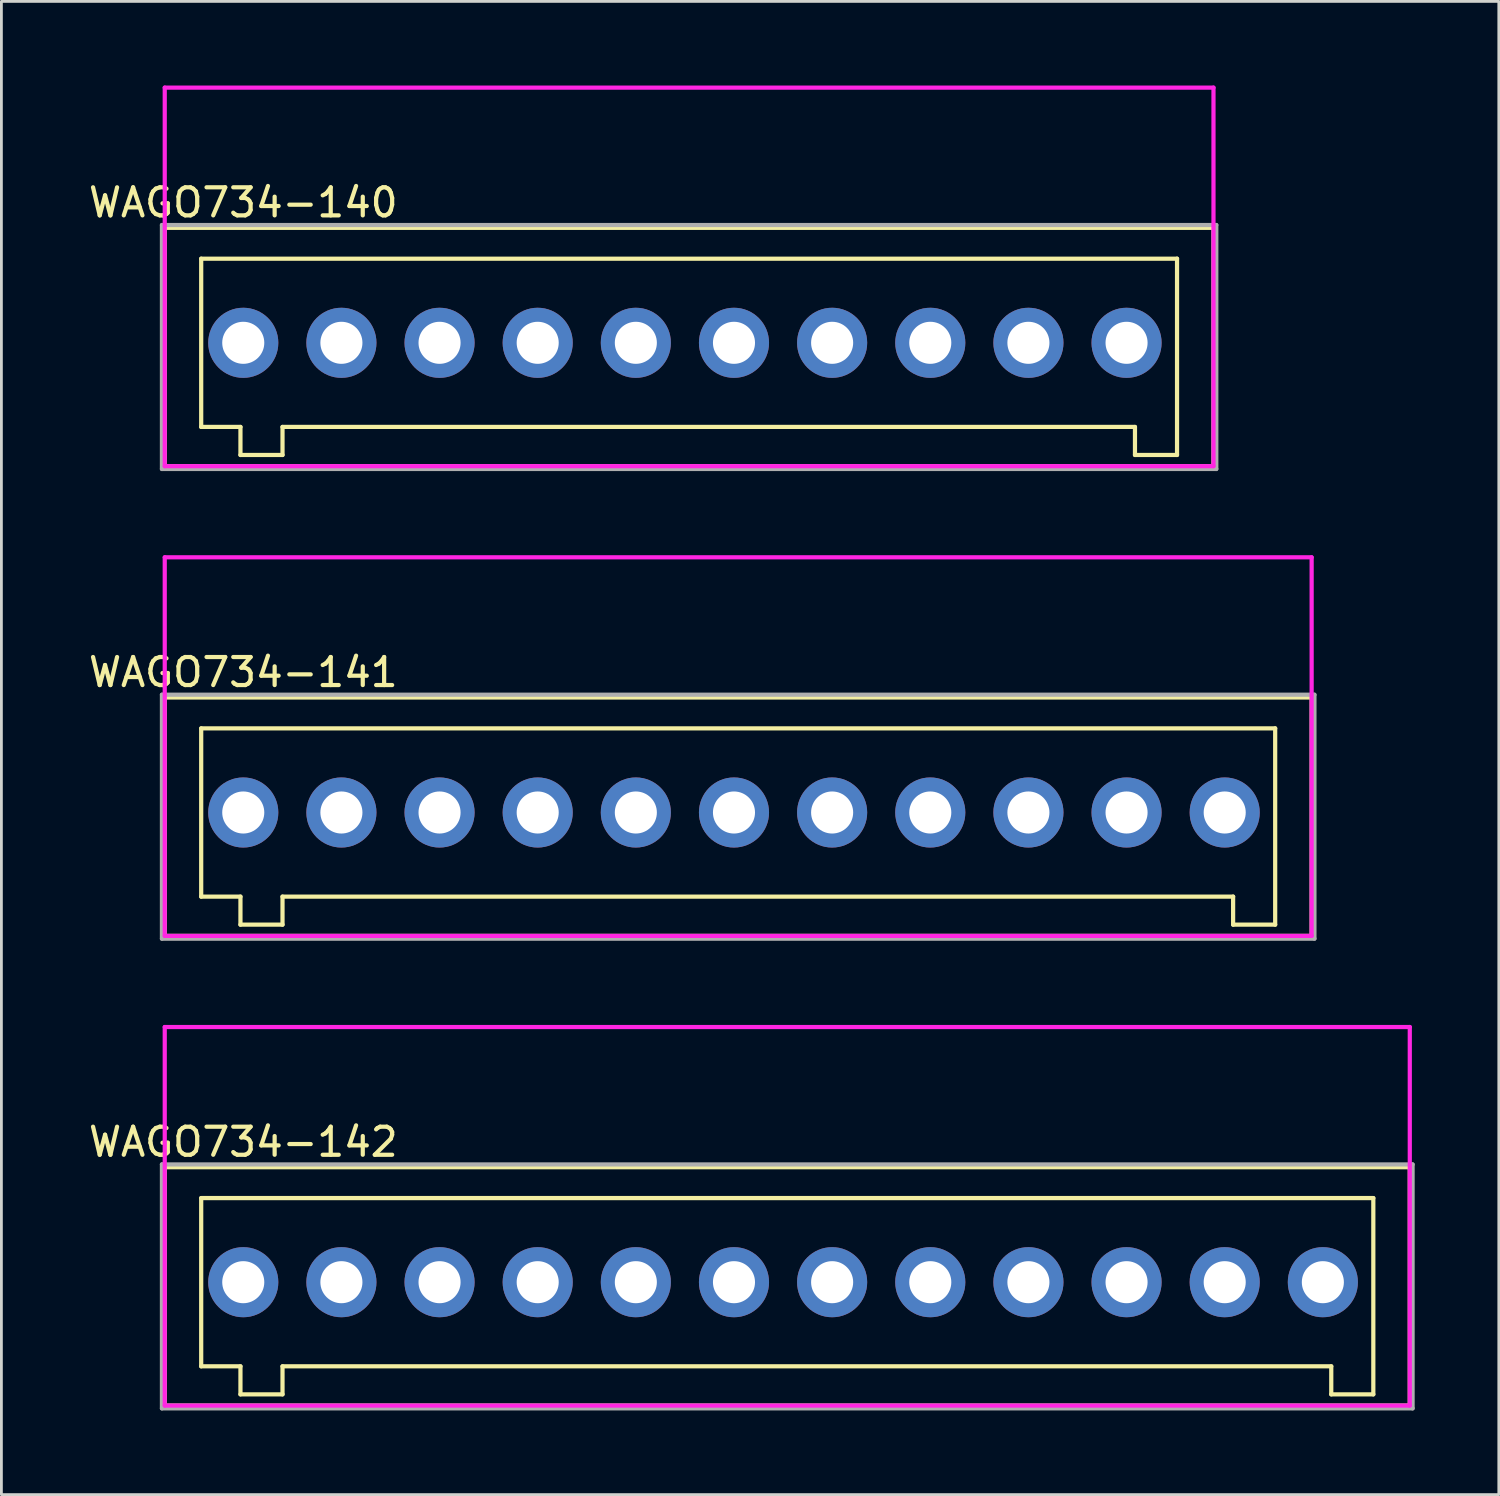
<source format=kicad_pcb>
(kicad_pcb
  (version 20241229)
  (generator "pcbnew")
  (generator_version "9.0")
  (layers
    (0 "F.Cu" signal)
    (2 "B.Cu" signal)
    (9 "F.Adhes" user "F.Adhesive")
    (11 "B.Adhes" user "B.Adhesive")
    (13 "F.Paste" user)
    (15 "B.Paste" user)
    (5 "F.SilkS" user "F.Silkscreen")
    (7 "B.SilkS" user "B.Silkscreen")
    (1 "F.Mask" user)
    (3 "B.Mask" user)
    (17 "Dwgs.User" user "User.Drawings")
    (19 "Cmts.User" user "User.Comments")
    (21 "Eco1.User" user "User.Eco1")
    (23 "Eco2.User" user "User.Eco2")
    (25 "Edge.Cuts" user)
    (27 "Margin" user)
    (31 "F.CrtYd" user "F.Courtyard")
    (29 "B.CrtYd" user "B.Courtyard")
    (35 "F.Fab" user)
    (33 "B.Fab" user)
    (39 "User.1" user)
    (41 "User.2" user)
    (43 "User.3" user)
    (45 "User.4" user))
  (footprint "WAGO734-141"
    (layer "F.Cu")
    (at 5.625 25.925)
    (property "Reference" "WAGO734-141" (at 0 -5 0) (layer "F.SilkS") (effects (font (size 1 1) (thickness 0.15))))
    (attr through_hole)
    (fp_line (start -2.8 4.4) (end -2.8 -4.1) (stroke (width 0.15) (type solid)) (layer "F.SilkS"))
    (fp_line (start -1.5 -3) (end -1.5 3) (stroke (width 0.15) (type solid)) (layer "F.SilkS"))
    (fp_line (start -1.5 3) (end -0.1 3) (stroke (width 0.15) (type solid)) (layer "F.SilkS"))
    (fp_line (start -0.1 3) (end -0.1 4) (stroke (width 0.15) (type solid)) (layer "F.SilkS"))
    (fp_line (start -0.1 4) (end 1.4 4) (stroke (width 0.15) (type solid)) (layer "F.SilkS"))
    (fp_line (start 1.4 3) (end 35.3 3) (stroke (width 0.15) (type solid)) (layer "F.SilkS"))
    (fp_line (start 1.4 4) (end 1.4 3) (stroke (width 0.15) (type solid)) (layer "F.SilkS"))
    (fp_line (start 35.3 3) (end 35.3 4) (stroke (width 0.15) (type solid)) (layer "F.SilkS"))
    (fp_line (start 35.3 4) (end 36.8 4) (stroke (width 0.15) (type solid)) (layer "F.SilkS"))
    (fp_line (start 36.8 -3) (end -1.5 -3) (stroke (width 0.15) (type solid)) (layer "F.SilkS"))
    (fp_line (start 36.8 4) (end 36.8 -3) (stroke (width 0.15) (type solid)) (layer "F.SilkS"))
    (fp_line (start 38.1 -4.1) (end -2.8 -4.1) (stroke (width 0.15) (type solid)) (layer "F.SilkS"))
    (fp_line (start 38.1 4.4) (end -2.8 4.4) (stroke (width 0.15) (type solid)) (layer "F.SilkS"))
    (fp_line (start 38.1 4.4) (end 38.1 -4.1) (stroke (width 0.15) (type solid)) (layer "F.SilkS"))
    (fp_line (start -2.8 -9.1) (end 38.1 -9.1) (stroke (width 0.15) (type solid)) (layer "F.CrtYd"))
    (fp_line (start -2.8 4.4) (end -2.8 -9.1) (stroke (width 0.15) (type solid)) (layer "F.CrtYd"))
    (fp_line (start 38.1 -9.1) (end 38.1 4.4) (stroke (width 0.15) (type solid)) (layer "F.CrtYd"))
    (fp_line (start 38.1 4.4) (end -2.8 4.4) (stroke (width 0.15) (type solid)) (layer "F.CrtYd"))
    (fp_line (start -2.9 -4.2) (end -2.9 4.5) (stroke (width 0.15) (type solid)) (layer "F.Fab"))
    (fp_line (start -2.9 4.5) (end 38.2 4.5) (stroke (width 0.15) (type solid)) (layer "F.Fab"))
    (fp_line (start 38.2 -4.2) (end -2.9 -4.2) (stroke (width 0.15) (type solid)) (layer "F.Fab"))
    (fp_line (start 38.2 4.5) (end 38.2 -4.2) (stroke (width 0.15) (type solid)) (layer "F.Fab"))
    (pad "1" thru_hole circle (at 0 0) (size 2.5 2.5) (drill 1.5) (layers "*.Cu" "*.Mask"))
    (pad "2" thru_hole circle (at 3.5 0) (size 2.5 2.5) (drill 1.5) (layers "*.Cu" "*.Mask"))
    (pad "3" thru_hole circle (at 7 0) (size 2.5 2.5) (drill 1.5) (layers "*.Cu" "*.Mask"))
    (pad "4" thru_hole circle (at 10.5 0) (size 2.5 2.5) (drill 1.5) (layers "*.Cu" "*.Mask"))
    (pad "5" thru_hole circle (at 14 0) (size 2.5 2.5) (drill 1.5) (layers "*.Cu" "*.Mask"))
    (pad "6" thru_hole circle (at 17.5 0) (size 2.5 2.5) (drill 1.5) (layers "*.Cu" "*.Mask"))
    (pad "7" thru_hole circle (at 21 0) (size 2.5 2.5) (drill 1.5) (layers "*.Cu" "*.Mask"))
    (pad "8" thru_hole circle (at 24.5 0) (size 2.5 2.5) (drill 1.5) (layers "*.Cu" "*.Mask"))
    (pad "9" thru_hole circle (at 28 0) (size 2.5 2.5) (drill 1.5) (layers "*.Cu" "*.Mask"))
    (pad "10" thru_hole circle (at 31.5 0) (size 2.5 2.5) (drill 1.5) (layers "*.Cu" "*.Mask"))
    (pad "11" thru_hole circle (at 35 0) (size 2.5 2.5) (drill 1.5) (layers "*.Cu" "*.Mask")))
  (footprint "WAGO734-142"
    (layer "F.Cu")
    (at 5.625 42.675)
    (property "Reference" "WAGO734-142" (at 0 -5 0) (layer "F.SilkS") (effects (font (size 1 1) (thickness 0.15))))
    (attr through_hole)
    (fp_line (start -2.8 4.4) (end -2.8 -4.1) (stroke (width 0.15) (type solid)) (layer "F.SilkS"))
    (fp_line (start -1.5 -3) (end -1.5 3) (stroke (width 0.15) (type solid)) (layer "F.SilkS"))
    (fp_line (start -1.5 3) (end -0.1 3) (stroke (width 0.15) (type solid)) (layer "F.SilkS"))
    (fp_line (start -0.1 3) (end -0.1 4) (stroke (width 0.15) (type solid)) (layer "F.SilkS"))
    (fp_line (start -0.1 4) (end 1.4 4) (stroke (width 0.15) (type solid)) (layer "F.SilkS"))
    (fp_line (start 1.4 3) (end 38.8 3) (stroke (width 0.15) (type solid)) (layer "F.SilkS"))
    (fp_line (start 1.4 4) (end 1.4 3) (stroke (width 0.15) (type solid)) (layer "F.SilkS"))
    (fp_line (start 38.8 3) (end 38.8 4) (stroke (width 0.15) (type solid)) (layer "F.SilkS"))
    (fp_line (start 38.8 4) (end 40.3 4) (stroke (width 0.15) (type solid)) (layer "F.SilkS"))
    (fp_line (start 40.3 -3) (end -1.5 -3) (stroke (width 0.15) (type solid)) (layer "F.SilkS"))
    (fp_line (start 40.3 4) (end 40.3 -3) (stroke (width 0.15) (type solid)) (layer "F.SilkS"))
    (fp_line (start 41.6 -4.1) (end -2.8 -4.1) (stroke (width 0.15) (type solid)) (layer "F.SilkS"))
    (fp_line (start 41.6 4.4) (end -2.8 4.4) (stroke (width 0.15) (type solid)) (layer "F.SilkS"))
    (fp_line (start 41.6 4.4) (end 41.6 -4.1) (stroke (width 0.15) (type solid)) (layer "F.SilkS"))
    (fp_line (start -2.8 -9.1) (end -2.8 4.4) (stroke (width 0.15) (type solid)) (layer "F.CrtYd"))
    (fp_line (start -2.8 4.4) (end 41.6 4.4) (stroke (width 0.15) (type solid)) (layer "F.CrtYd"))
    (fp_line (start 41.6 -9.1) (end -2.8 -9.1) (stroke (width 0.15) (type solid)) (layer "F.CrtYd"))
    (fp_line (start 41.6 4.4) (end 41.6 -9.1) (stroke (width 0.15) (type solid)) (layer "F.CrtYd"))
    (fp_line (start -2.9 -4.2) (end 41.7 -4.2) (stroke (width 0.15) (type solid)) (layer "F.Fab"))
    (fp_line (start -2.9 4.5) (end -2.9 -4.2) (stroke (width 0.15) (type solid)) (layer "F.Fab"))
    (fp_line (start 41.7 -4.2) (end 41.7 4.5) (stroke (width 0.15) (type solid)) (layer "F.Fab"))
    (fp_line (start 41.7 4.5) (end -2.9 4.5) (stroke (width 0.15) (type solid)) (layer "F.Fab"))
    (pad "1" thru_hole circle (at 0 0) (size 2.5 2.5) (drill 1.5) (layers "*.Cu" "*.Mask"))
    (pad "2" thru_hole circle (at 3.5 0) (size 2.5 2.5) (drill 1.5) (layers "*.Cu" "*.Mask"))
    (pad "3" thru_hole circle (at 7 0) (size 2.5 2.5) (drill 1.5) (layers "*.Cu" "*.Mask"))
    (pad "4" thru_hole circle (at 10.5 0) (size 2.5 2.5) (drill 1.5) (layers "*.Cu" "*.Mask"))
    (pad "5" thru_hole circle (at 14 0) (size 2.5 2.5) (drill 1.5) (layers "*.Cu" "*.Mask"))
    (pad "6" thru_hole circle (at 17.5 0) (size 2.5 2.5) (drill 1.5) (layers "*.Cu" "*.Mask"))
    (pad "7" thru_hole circle (at 21 0) (size 2.5 2.5) (drill 1.5) (layers "*.Cu" "*.Mask"))
    (pad "8" thru_hole circle (at 24.5 0) (size 2.5 2.5) (drill 1.5) (layers "*.Cu" "*.Mask"))
    (pad "9" thru_hole circle (at 28 0) (size 2.5 2.5) (drill 1.5) (layers "*.Cu" "*.Mask"))
    (pad "10" thru_hole circle (at 31.5 0) (size 2.5 2.5) (drill 1.5) (layers "*.Cu" "*.Mask"))
    (pad "11" thru_hole circle (at 35 0) (size 2.5 2.5) (drill 1.5) (layers "*.Cu" "*.Mask"))
    (pad "12" thru_hole circle (at 38.5 0) (size 2.5 2.5) (drill 1.5) (layers "*.Cu" "*.Mask")))
  (footprint "WAGO734-140"
    (layer "F.Cu")
    (at 5.625 9.175)
    (property "Reference" "WAGO734-140" (at 0 -5 0) (layer "F.SilkS") (effects (font (size 1 1) (thickness 0.15))))
    (attr through_hole)
    (fp_line (start -2.8 4.4) (end -2.8 -4.1) (stroke (width 0.15) (type solid)) (layer "F.SilkS"))
    (fp_line (start -1.5 -3) (end -1.5 3) (stroke (width 0.15) (type solid)) (layer "F.SilkS"))
    (fp_line (start -1.5 3) (end -0.1 3) (stroke (width 0.15) (type solid)) (layer "F.SilkS"))
    (fp_line (start -0.1 3) (end -0.1 4) (stroke (width 0.15) (type solid)) (layer "F.SilkS"))
    (fp_line (start -0.1 4) (end 1.4 4) (stroke (width 0.15) (type solid)) (layer "F.SilkS"))
    (fp_line (start 1.4 3) (end 31.8 3) (stroke (width 0.15) (type solid)) (layer "F.SilkS"))
    (fp_line (start 1.4 4) (end 1.4 3) (stroke (width 0.15) (type solid)) (layer "F.SilkS"))
    (fp_line (start 31.8 3) (end 31.8 4) (stroke (width 0.15) (type solid)) (layer "F.SilkS"))
    (fp_line (start 31.8 4) (end 33.3 4) (stroke (width 0.15) (type solid)) (layer "F.SilkS"))
    (fp_line (start 33.3 -3) (end -1.5 -3) (stroke (width 0.15) (type solid)) (layer "F.SilkS"))
    (fp_line (start 33.3 4) (end 33.3 -3) (stroke (width 0.15) (type solid)) (layer "F.SilkS"))
    (fp_line (start 34.6 -4.1) (end -2.8 -4.1) (stroke (width 0.15) (type solid)) (layer "F.SilkS"))
    (fp_line (start 34.6 4.4) (end -2.8 4.4) (stroke (width 0.15) (type solid)) (layer "F.SilkS"))
    (fp_line (start 34.6 4.4) (end 34.6 -4.1) (stroke (width 0.15) (type solid)) (layer "F.SilkS"))
    (fp_line (start -2.8 -9.1) (end -2.8 4.4) (stroke (width 0.15) (type solid)) (layer "F.CrtYd"))
    (fp_line (start -2.8 4.4) (end 34.6 4.4) (stroke (width 0.15) (type solid)) (layer "F.CrtYd"))
    (fp_line (start 34.6 -9.1) (end -2.8 -9.1) (stroke (width 0.15) (type solid)) (layer "F.CrtYd"))
    (fp_line (start 34.6 4.4) (end 34.6 -9.1) (stroke (width 0.15) (type solid)) (layer "F.CrtYd"))
    (fp_line (start -2.9 -4.2) (end -2.9 4.5) (stroke (width 0.15) (type solid)) (layer "F.Fab"))
    (fp_line (start -2.9 4.5) (end 34.7 4.5) (stroke (width 0.15) (type solid)) (layer "F.Fab"))
    (fp_line (start 34.7 -4.2) (end -2.9 -4.2) (stroke (width 0.15) (type solid)) (layer "F.Fab"))
    (fp_line (start 34.7 4.5) (end 34.7 -4.2) (stroke (width 0.15) (type solid)) (layer "F.Fab"))
    (pad "1" thru_hole circle (at 0 0) (size 2.5 2.5) (drill 1.5) (layers "*.Cu" "*.Mask"))
    (pad "2" thru_hole circle (at 3.5 0) (size 2.5 2.5) (drill 1.5) (layers "*.Cu" "*.Mask"))
    (pad "3" thru_hole circle (at 7 0) (size 2.5 2.5) (drill 1.5) (layers "*.Cu" "*.Mask"))
    (pad "4" thru_hole circle (at 10.5 0) (size 2.5 2.5) (drill 1.5) (layers "*.Cu" "*.Mask"))
    (pad "5" thru_hole circle (at 14 0) (size 2.5 2.5) (drill 1.5) (layers "*.Cu" "*.Mask"))
    (pad "6" thru_hole circle (at 17.5 0) (size 2.5 2.5) (drill 1.5) (layers "*.Cu" "*.Mask"))
    (pad "7" thru_hole circle (at 21 0) (size 2.5 2.5) (drill 1.5) (layers "*.Cu" "*.Mask"))
    (pad "8" thru_hole circle (at 24.5 0) (size 2.5 2.5) (drill 1.5) (layers "*.Cu" "*.Mask"))
    (pad "9" thru_hole circle (at 28 0) (size 2.5 2.5) (drill 1.5) (layers "*.Cu" "*.Mask"))
    (pad "10" thru_hole circle (at 31.5 0) (size 2.5 2.5) (drill 1.5) (layers "*.Cu" "*.Mask")))
  (gr_rect
    (start -3 -3)
    (end 50.4 50.25)
    (stroke (width 0.1) (type default))
    (fill no)
    (layer "Edge.Cuts")))
</source>
